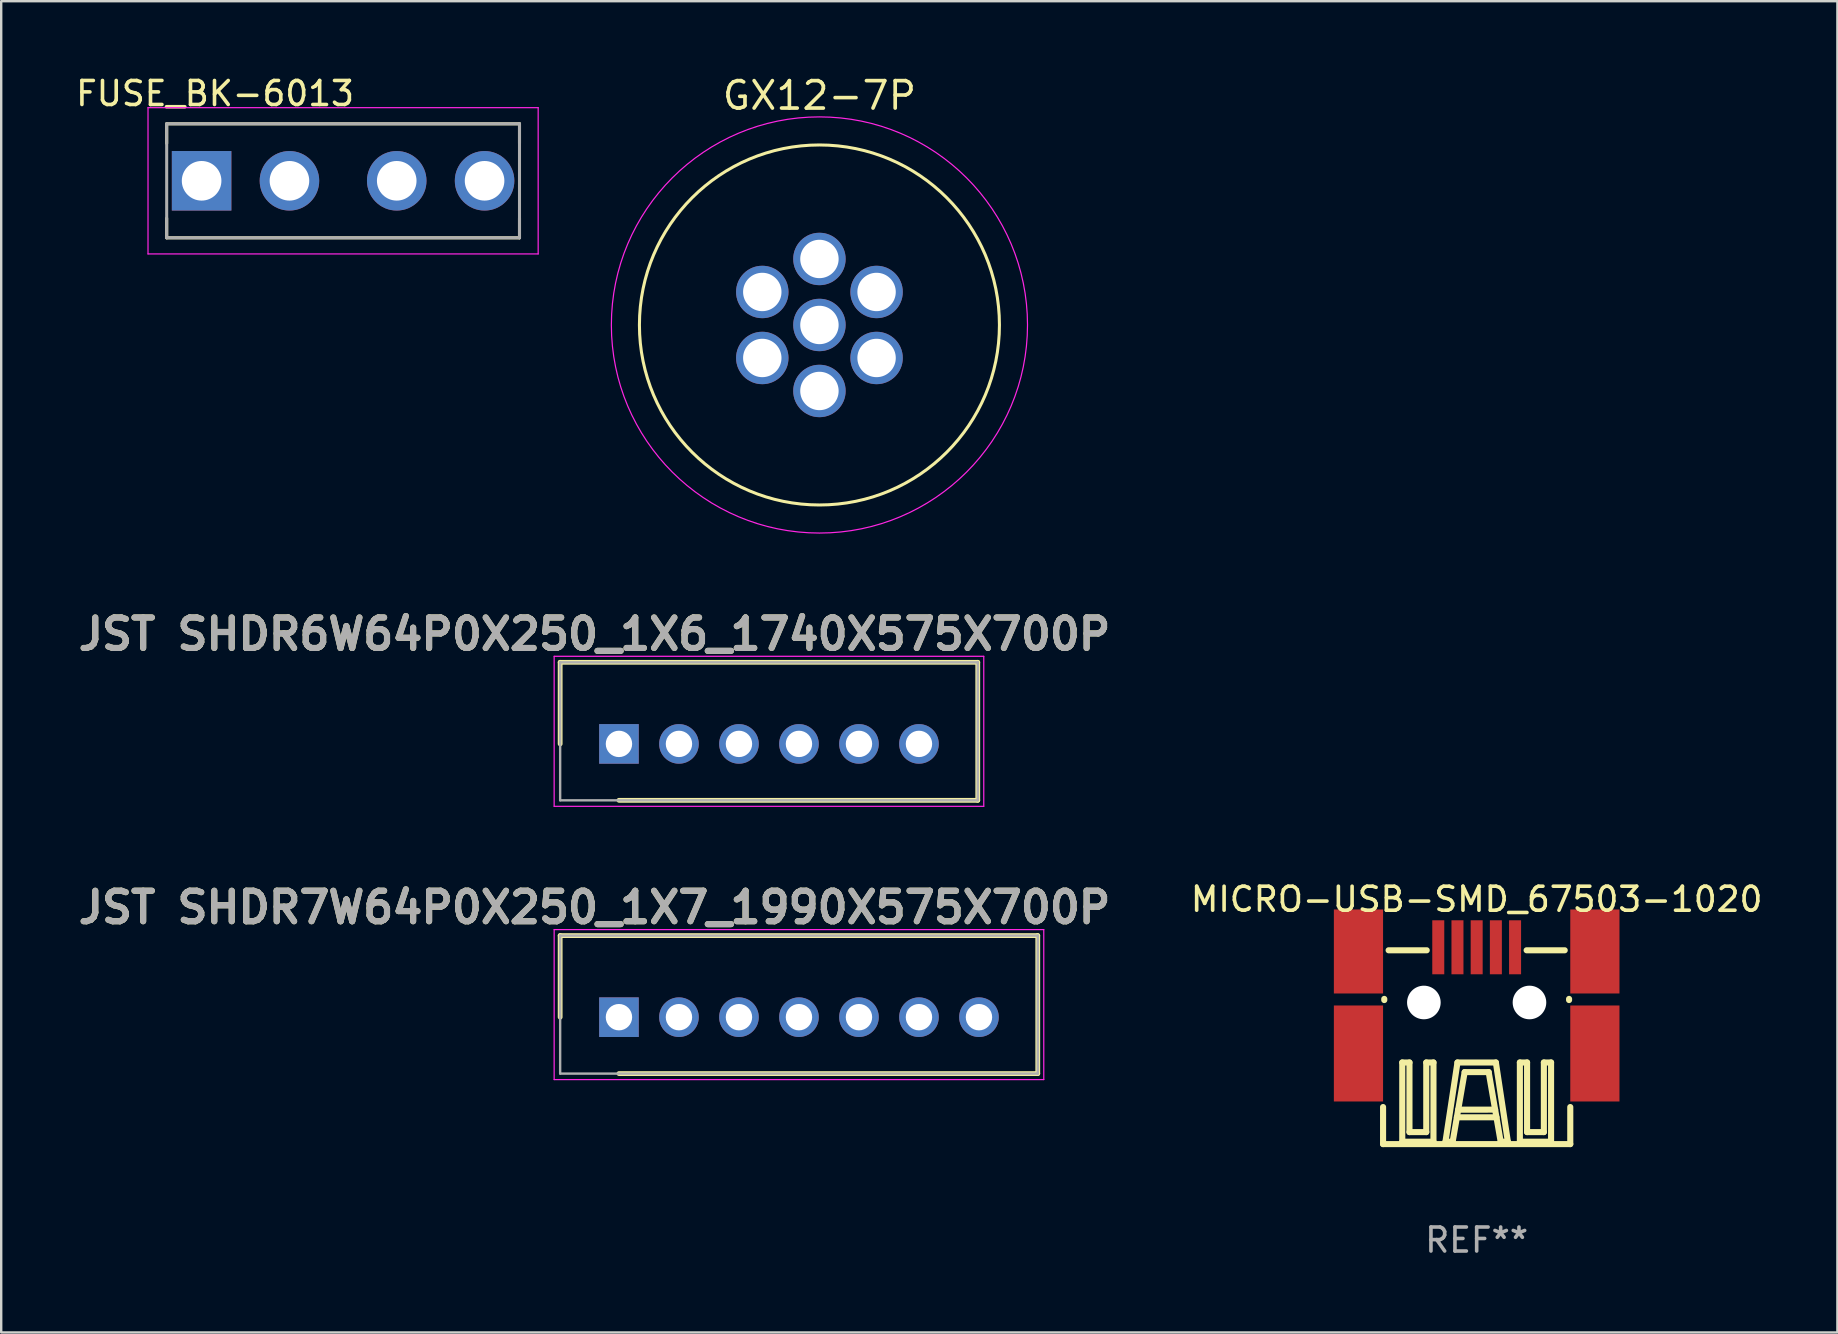
<source format=kicad_pcb>
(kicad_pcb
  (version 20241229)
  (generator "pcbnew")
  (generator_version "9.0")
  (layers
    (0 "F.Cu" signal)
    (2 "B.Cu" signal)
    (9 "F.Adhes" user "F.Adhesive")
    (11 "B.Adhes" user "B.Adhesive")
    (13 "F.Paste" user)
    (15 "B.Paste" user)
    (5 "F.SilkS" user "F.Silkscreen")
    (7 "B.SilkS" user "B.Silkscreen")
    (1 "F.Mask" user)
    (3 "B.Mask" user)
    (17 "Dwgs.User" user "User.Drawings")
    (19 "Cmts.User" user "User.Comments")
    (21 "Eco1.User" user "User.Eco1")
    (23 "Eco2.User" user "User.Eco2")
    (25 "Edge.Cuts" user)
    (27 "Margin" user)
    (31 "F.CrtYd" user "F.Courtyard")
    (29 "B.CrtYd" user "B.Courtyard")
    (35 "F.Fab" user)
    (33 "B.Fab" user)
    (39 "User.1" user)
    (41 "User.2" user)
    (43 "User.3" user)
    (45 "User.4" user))
  (footprint "JST SHDR7W64P0X250_1X7_1990X575X700P"
    (layer "F.Cu")
    (at 22.739 39.331)
    (property "Reference" "JST SHDR7W64P0X250_1X7_1990X575X700P" (at -1.016 -4.572 0) (layer "F.SilkS") (effects (font (size 1.27 1.27) (thickness 0.254))))
    (attr through_hole)
    (fp_line (start -2.45 -3.4) (end -2.45 0) (stroke (width 0.2) (type solid)) (layer "F.SilkS"))
    (fp_line (start 0 2.35) (end 17.45 2.35) (stroke (width 0.2) (type solid)) (layer "F.SilkS"))
    (fp_line (start 17.45 -3.4) (end -2.45 -3.4) (stroke (width 0.2) (type solid)) (layer "F.SilkS"))
    (fp_line (start 17.45 2.35) (end 17.45 -3.4) (stroke (width 0.2) (type solid)) (layer "F.SilkS"))
    (fp_line (start -2.7 -3.65) (end 17.7 -3.65) (stroke (width 0.05) (type solid)) (layer "F.CrtYd"))
    (fp_line (start -2.7 2.6) (end -2.7 -3.65) (stroke (width 0.05) (type solid)) (layer "F.CrtYd"))
    (fp_line (start 17.7 -3.65) (end 17.7 2.6) (stroke (width 0.05) (type solid)) (layer "F.CrtYd"))
    (fp_line (start 17.7 2.6) (end -2.7 2.6) (stroke (width 0.05) (type solid)) (layer "F.CrtYd"))
    (fp_line (start -2.45 -3.4) (end 17.45 -3.4) (stroke (width 0.1) (type solid)) (layer "F.Fab"))
    (fp_line (start -2.45 2.35) (end -2.45 -3.4) (stroke (width 0.1) (type solid)) (layer "F.Fab"))
    (fp_line (start 17.45 -3.4) (end 17.45 2.35) (stroke (width 0.1) (type solid)) (layer "F.Fab"))
    (fp_line (start 17.45 2.35) (end -2.45 2.35) (stroke (width 0.1) (type solid)) (layer "F.Fab"))
    (fp_text user "${REFERENCE}" (at -1.016 -4.572 0) (layer "F.Fab") (effects (font (size 1.27 1.27) (thickness 0.254))))
    (pad "1" thru_hole rect (at 0 0) (size 1.65 1.65) (drill 1.1) (layers "*.Cu" "*.Mask"))
    (pad "2" thru_hole circle (at 2.5 0) (size 1.65 1.65) (drill 1.1) (layers "*.Cu" "*.Mask"))
    (pad "3" thru_hole circle (at 5 0) (size 1.65 1.65) (drill 1.1) (layers "*.Cu" "*.Mask"))
    (pad "4" thru_hole circle (at 7.5 0) (size 1.65 1.65) (drill 1.1) (layers "*.Cu" "*.Mask"))
    (pad "5" thru_hole circle (at 10 0) (size 1.65 1.65) (drill 1.1) (layers "*.Cu" "*.Mask"))
    (pad "6" thru_hole circle (at 12.5 0) (size 1.65 1.65) (drill 1.1) (layers "*.Cu" "*.Mask"))
    (pad "7" thru_hole circle (at 15 0) (size 1.65 1.65) (drill 1.1) (layers "*.Cu" "*.Mask")))
  (footprint "FUSE_BK-6013"
    (layer "F.Cu")
    (at 11.245 4.483)
    (property "Reference" "FUSE_BK-6013" (at -5.334 -3.635 0) (layer "F.SilkS") (effects (font (size 1 1) (thickness 0.15))))
    (attr through_hole)
    (fp_line (start -7.35 -2.375) (end -7.35 -1.56) (stroke (width 0.127) (type solid)) (layer "F.SilkS"))
    (fp_line (start -7.35 1.56) (end -7.35 2.375) (stroke (width 0.127) (type solid)) (layer "F.SilkS"))
    (fp_line (start -7.35 2.375) (end 7.35 2.375) (stroke (width 0.127) (type solid)) (layer "F.SilkS"))
    (fp_line (start 7.35 -2.375) (end -7.35 -2.375) (stroke (width 0.127) (type solid)) (layer "F.SilkS"))
    (fp_line (start 7.35 -1.56) (end 7.35 -2.375) (stroke (width 0.127) (type solid)) (layer "F.SilkS"))
    (fp_line (start 7.35 2.375) (end 7.35 1.56) (stroke (width 0.127) (type solid)) (layer "F.SilkS"))
    (fp_line (start -8.128 -3.048) (end 8.128 -3.048) (stroke (width 0.05) (type solid)) (layer "F.CrtYd"))
    (fp_line (start -8.128 3.048) (end -8.128 -3.048) (stroke (width 0.05) (type solid)) (layer "F.CrtYd"))
    (fp_line (start 8.128 -3.048) (end 8.128 3.048) (stroke (width 0.05) (type solid)) (layer "F.CrtYd"))
    (fp_line (start 8.128 3.048) (end -8.128 3.048) (stroke (width 0.05) (type solid)) (layer "F.CrtYd"))
    (fp_line (start -7.35 -2.375) (end -7.35 2.375) (stroke (width 0.127) (type solid)) (layer "F.Fab"))
    (fp_line (start -7.35 2.375) (end 7.35 2.375) (stroke (width 0.127) (type solid)) (layer "F.Fab"))
    (fp_line (start 7.35 -2.375) (end -7.35 -2.375) (stroke (width 0.127) (type solid)) (layer "F.Fab"))
    (fp_line (start 7.35 2.375) (end 7.35 -2.375) (stroke (width 0.127) (type solid)) (layer "F.Fab"))
    (pad "1" thru_hole rect (at -5.895 0) (size 2.48 2.48) (drill 1.65) (layers "*.Cu" "*.Mask"))
    (pad "1" thru_hole circle (at -2.235 0) (size 2.48 2.48) (drill 1.65) (layers "*.Cu" "*.Mask"))
    (pad "2" thru_hole circle (at 2.235 0) (size 2.48 2.48) (drill 1.65) (layers "*.Cu" "*.Mask"))
    (pad "2" thru_hole circle (at 5.895 0) (size 2.48 2.48) (drill 1.65) (layers "*.Cu" "*.Mask")))
  (footprint "GX12-7P"
    (layer "F.Cu")
    (at 31.092 10.49)
    (property "Reference" "GX12-7P" (at 0 -8.89 0) (layer "F.SilkS") (effects (font (size 1.143 1.143) (thickness 0.152)) (justify bottom)))
    (fp_circle (center 0 0) (end 7.5 0) (stroke (width 0.127) (type solid)) (fill no) (layer "F.SilkS"))
    (fp_circle (center 0 0) (end 7.366 4.572) (stroke (width 0.05) (type solid)) (fill no) (layer "F.CrtYd"))
    (pad "1" thru_hole circle (at 0 -2.75) (size 2.184 2.184) (drill 1.6) (layers "*.Cu" "*.Mask"))
    (pad "2" thru_hole circle (at 2.381 -1.375) (size 2.184 2.184) (drill 1.6) (layers "*.Cu" "*.Mask"))
    (pad "3" thru_hole circle (at 2.381 1.375) (size 2.184 2.184) (drill 1.6) (layers "*.Cu" "*.Mask"))
    (pad "4" thru_hole circle (at 0 2.75) (size 2.184 2.184) (drill 1.6) (layers "*.Cu" "*.Mask"))
    (pad "5" thru_hole circle (at -2.381 1.375) (size 2.184 2.184) (drill 1.6) (layers "*.Cu" "*.Mask"))
    (pad "6" thru_hole circle (at -2.381 -1.375) (size 2.184 2.184) (drill 1.6) (layers "*.Cu" "*.Mask"))
    (pad "7" thru_hole circle (at 0 0) (size 2.184 2.184) (drill 1.6) (layers "*.Cu" "*.Mask")))
  (footprint "MICRO-USB-SMD_67503-1020"
    (layer "F.Cu")
    (at 58.476 40.519)
    (property "Reference" "MICRO-USB-SMD_67503-1020" (at 0 -6.1 0) (layer "F.SilkS") (effects (font (size 1 1) (thickness 0.15))))
    (attr through_hole)
    (fp_line (start -3.9 2.556) (end -3.9 4.1) (stroke (width 0.254) (type solid)) (layer "F.SilkS"))
    (fp_line (start -3.9 4.1) (end 3.9 4.1) (stroke (width 0.254) (type solid)) (layer "F.SilkS"))
    (fp_line (start -3.85 -1.901) (end -3.85 -1.949) (stroke (width 0.254) (type solid)) (layer "F.SilkS"))
    (fp_line (start -3.1 0.7) (end -3.1 4) (stroke (width 0.254) (type solid)) (layer "F.SilkS"))
    (fp_line (start -3.1 4) (end -1.8 4) (stroke (width 0.254) (type solid)) (layer "F.SilkS"))
    (fp_line (start -2.8 0.7) (end -3.1 0.7) (stroke (width 0.254) (type solid)) (layer "F.SilkS"))
    (fp_line (start -2.8 3.6) (end -2.8 0.7) (stroke (width 0.254) (type solid)) (layer "F.SilkS"))
    (fp_line (start -2.1 0.7) (end -2.1 3.6) (stroke (width 0.254) (type solid)) (layer "F.SilkS"))
    (fp_line (start -2.1 3.6) (end -2.8 3.6) (stroke (width 0.254) (type solid)) (layer "F.SilkS"))
    (fp_line (start -2.081 -3.975) (end -3.669 -3.975) (stroke (width 0.254) (type solid)) (layer "F.SilkS"))
    (fp_line (start -1.8 0.7) (end -2.1 0.7) (stroke (width 0.254) (type solid)) (layer "F.SilkS"))
    (fp_line (start -1.8 4) (end -1.8 0.7) (stroke (width 0.254) (type solid)) (layer "F.SilkS"))
    (fp_line (start -1.3 4) (end -0.8 0.7) (stroke (width 0.254) (type solid)) (layer "F.SilkS"))
    (fp_line (start -1 4) (end -1.3 4) (stroke (width 0.254) (type solid)) (layer "F.SilkS"))
    (fp_line (start -0.825 2.983) (end 0.825 2.983) (stroke (width 0.254) (type solid)) (layer "F.SilkS"))
    (fp_line (start -0.8 0.7) (end 0.8 0.7) (stroke (width 0.254) (type solid)) (layer "F.SilkS"))
    (fp_line (start -0.77 2.666) (end 0.77 2.665) (stroke (width 0.254) (type solid)) (layer "F.SilkS"))
    (fp_line (start -0.5 1.1) (end -1 4) (stroke (width 0.254) (type solid)) (layer "F.SilkS"))
    (fp_line (start 0.5 1.1) (end -0.5 1.1) (stroke (width 0.254) (type solid)) (layer "F.SilkS"))
    (fp_line (start 0.8 0.7) (end 1.3 4) (stroke (width 0.254) (type solid)) (layer "F.SilkS"))
    (fp_line (start 1 4) (end 0.5 1.1) (stroke (width 0.254) (type solid)) (layer "F.SilkS"))
    (fp_line (start 1.3 4) (end 1 4) (stroke (width 0.254) (type solid)) (layer "F.SilkS"))
    (fp_line (start 1.8 0.7) (end 1.8 4) (stroke (width 0.254) (type solid)) (layer "F.SilkS"))
    (fp_line (start 1.8 4) (end 3.1 4) (stroke (width 0.254) (type solid)) (layer "F.SilkS"))
    (fp_line (start 2.1 0.7) (end 1.8 0.7) (stroke (width 0.254) (type solid)) (layer "F.SilkS"))
    (fp_line (start 2.1 3.6) (end 2.1 0.7) (stroke (width 0.254) (type solid)) (layer "F.SilkS"))
    (fp_line (start 2.8 0.7) (end 2.8 3.6) (stroke (width 0.254) (type solid)) (layer "F.SilkS"))
    (fp_line (start 2.8 3.6) (end 2.1 3.6) (stroke (width 0.254) (type solid)) (layer "F.SilkS"))
    (fp_line (start 3.1 0.7) (end 2.8 0.7) (stroke (width 0.254) (type solid)) (layer "F.SilkS"))
    (fp_line (start 3.1 4) (end 3.1 0.7) (stroke (width 0.254) (type solid)) (layer "F.SilkS"))
    (fp_line (start 3.669 -3.975) (end 2.081 -3.975) (stroke (width 0.254) (type solid)) (layer "F.SilkS"))
    (fp_line (start 3.85 -1.901) (end 3.85 -1.949) (stroke (width 0.254) (type solid)) (layer "F.SilkS"))
    (fp_line (start 3.9 4.1) (end 3.9 2.556) (stroke (width 0.254) (type solid)) (layer "F.SilkS"))
    (fp_text user "REF**" (at 0 8.1 0) (layer "F.Fab") (effects (font (size 1 1) (thickness 0.15))))
    (pad "" np_thru_hole circle (at -2.2 -1.8) (size 1.4 1.4) (drill 1.4) (layers "*.Cu" "*.Mask"))
    (pad "" np_thru_hole circle (at 2.2 -1.8) (size 1.4 1.4) (drill 1.4) (layers "*.Cu" "*.Mask"))
    (pad "1" smd rect (at -1.6 -4.1 90) (size 2.25 0.5) (layers "F.Cu" "F.Mask" "F.Paste"))
    (pad "2" smd rect (at -0.8 -4.1 90) (size 2.25 0.5) (layers "F.Cu" "F.Mask" "F.Paste"))
    (pad "3" smd rect (at 0.000127 -4.1 90) (size 2.25 0.5) (layers "F.Cu" "F.Mask" "F.Paste"))
    (pad "4" smd rect (at 0.8 -4.1 90) (size 2.25 0.5) (layers "F.Cu" "F.Mask" "F.Paste"))
    (pad "5" smd rect (at 1.6 -4.1 90) (size 2.25 0.5) (layers "F.Cu" "F.Mask" "F.Paste"))
    (pad "6" smd rect (at 4.925 -3.925 90) (size 3.5 2.05) (layers "F.Cu" "F.Mask" "F.Paste"))
    (pad "7" smd rect (at 4.925 0.325 90) (size 4 2.05) (layers "F.Cu" "F.Mask" "F.Paste"))
    (pad "8" smd rect (at -4.925 0.325 90) (size 4 2.05) (layers "F.Cu" "F.Mask" "F.Paste"))
    (pad "9" smd rect (at -4.925 -3.925 90) (size 3.5 2.05) (layers "F.Cu" "F.Mask" "F.Paste")))
  (footprint "JST SHDR6W64P0X250_1X6_1740X575X700P"
    (layer "F.Cu")
    (at 22.739 27.945)
    (property "Reference" "JST SHDR6W64P0X250_1X6_1740X575X700P" (at -1.016 -4.572 0) (layer "F.SilkS") (effects (font (size 1.27 1.27) (thickness 0.254))))
    (attr through_hole)
    (fp_line (start -2.45 -3.4) (end -2.45 0) (stroke (width 0.2) (type solid)) (layer "F.SilkS"))
    (fp_line (start 0 2.35) (end 14.95 2.35) (stroke (width 0.2) (type solid)) (layer "F.SilkS"))
    (fp_line (start 14.95 -3.4) (end -2.45 -3.4) (stroke (width 0.2) (type solid)) (layer "F.SilkS"))
    (fp_line (start 14.95 2.35) (end 14.95 -3.4) (stroke (width 0.2) (type solid)) (layer "F.SilkS"))
    (fp_line (start -2.7 -3.65) (end 15.2 -3.65) (stroke (width 0.05) (type solid)) (layer "F.CrtYd"))
    (fp_line (start -2.7 2.6) (end -2.7 -3.65) (stroke (width 0.05) (type solid)) (layer "F.CrtYd"))
    (fp_line (start 15.2 -3.65) (end 15.2 2.6) (stroke (width 0.05) (type solid)) (layer "F.CrtYd"))
    (fp_line (start 15.2 2.6) (end -2.7 2.6) (stroke (width 0.05) (type solid)) (layer "F.CrtYd"))
    (fp_line (start -2.45 -3.4) (end 14.95 -3.4) (stroke (width 0.1) (type solid)) (layer "F.Fab"))
    (fp_line (start -2.45 2.35) (end -2.45 -3.4) (stroke (width 0.1) (type solid)) (layer "F.Fab"))
    (fp_line (start 14.95 -3.4) (end 14.95 2.35) (stroke (width 0.1) (type solid)) (layer "F.Fab"))
    (fp_line (start 14.95 2.35) (end -2.45 2.35) (stroke (width 0.1) (type solid)) (layer "F.Fab"))
    (fp_text user "${REFERENCE}" (at -1.016 -4.572 0) (layer "F.Fab") (effects (font (size 1.27 1.27) (thickness 0.254))))
    (pad "1" thru_hole rect (at 0 0) (size 1.65 1.65) (drill 1.1) (layers "*.Cu" "*.Mask"))
    (pad "2" thru_hole circle (at 2.5 0) (size 1.65 1.65) (drill 1.1) (layers "*.Cu" "*.Mask"))
    (pad "3" thru_hole circle (at 5 0) (size 1.65 1.65) (drill 1.1) (layers "*.Cu" "*.Mask"))
    (pad "4" thru_hole circle (at 7.5 0) (size 1.65 1.65) (drill 1.1) (layers "*.Cu" "*.Mask"))
    (pad "5" thru_hole circle (at 10 0) (size 1.65 1.65) (drill 1.1) (layers "*.Cu" "*.Mask"))
    (pad "6" thru_hole circle (at 12.5 0) (size 1.65 1.65) (drill 1.1) (layers "*.Cu" "*.Mask")))
  (gr_rect
    (start -3 -3)
    (end 73.506 52.467)
    (stroke (width 0.1) (type default))
    (fill no)
    (layer "Edge.Cuts")))
</source>
